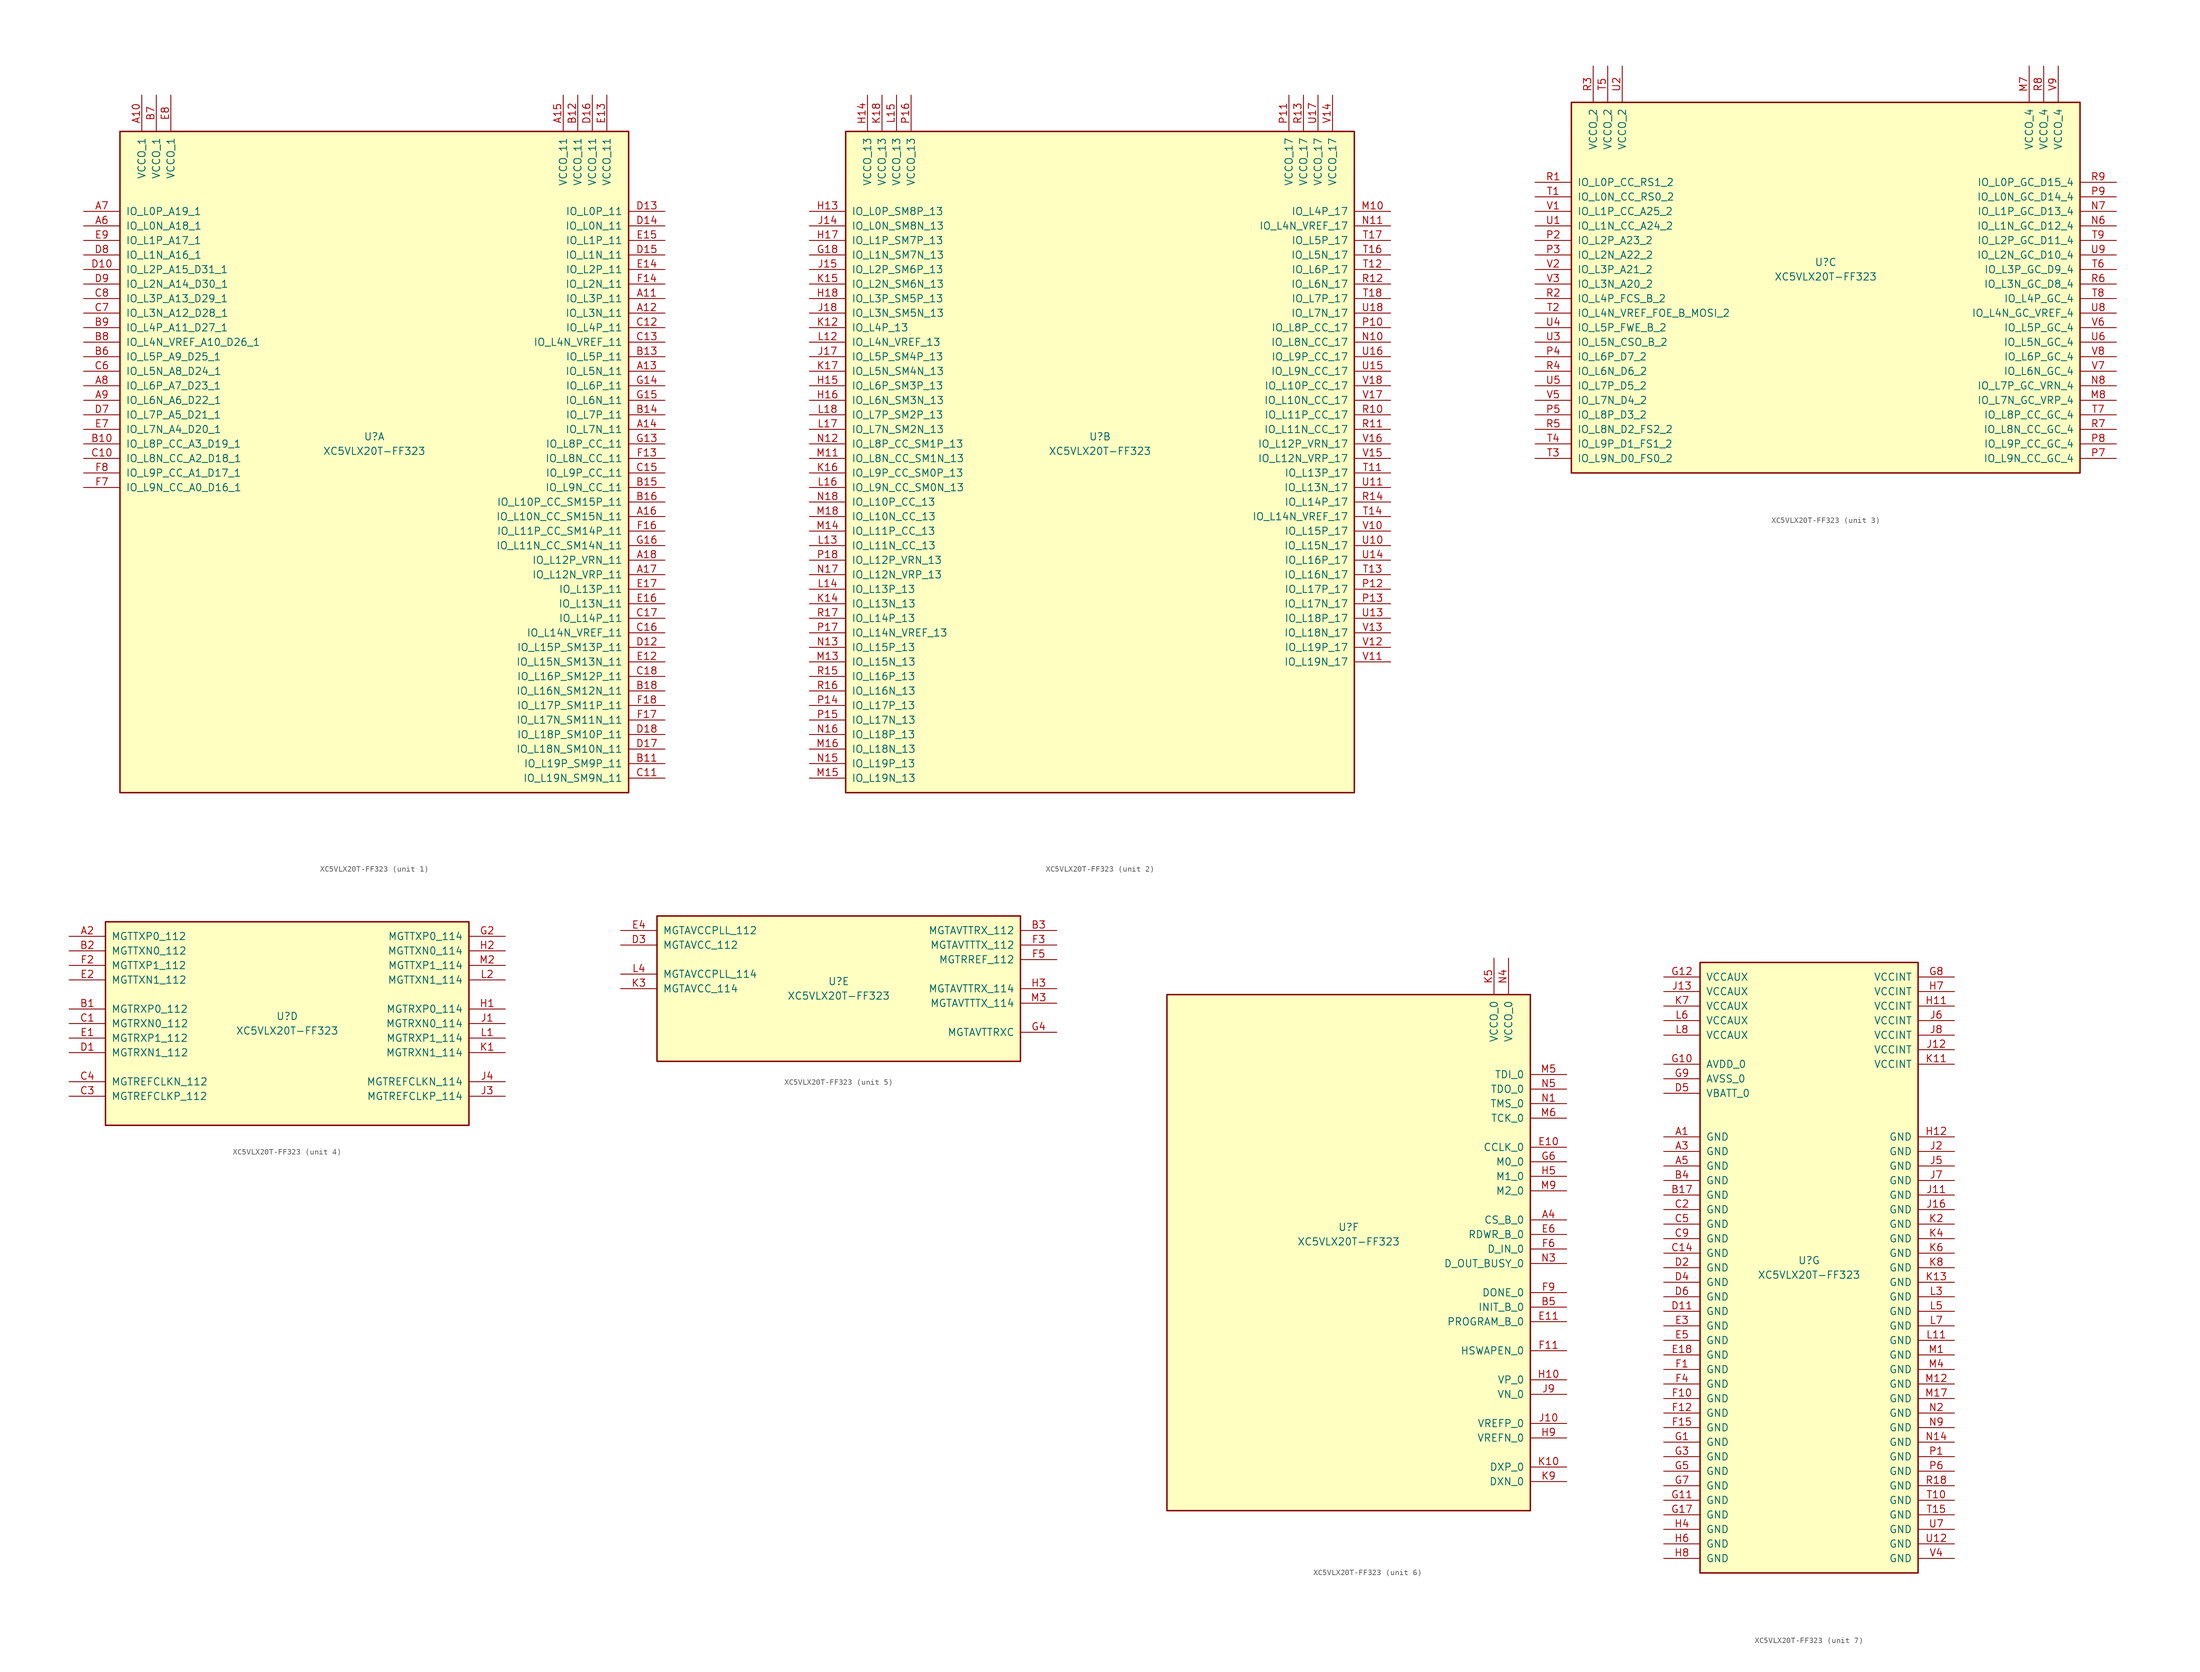
<source format=kicad_sym>
(kicad_symbol_lib
  (version 20211014)
  (generator kicad_symbol_editor)
  (symbol "XC5VLX20T-FF323"
    (pin_names
      (offset 1.016))
    (property "Reference" "U"
      (at 0 1.27 0)
      (effects (font (size 1.27 1.27))))
    (property "Value" "XC5VLX20T-FF323"
      (at 0 -1.27 0)
      (effects (font (size 1.27 1.27))))
    (property "Datasheet" ""
      (at 0 0 0)
      (effects (font (size 1.27 1.27))))
    (property "ki_locked" ""
      (at 0 0 0)
      (effects (font (size 1.27 1.27))))
    (symbol "XC5VLX20T-FF323_1_1"
      (rectangle (start -44.45 54.61) (end 44.45 -60.96) (stroke (width 0.254) (type default) (color 0 0 0 0)) (fill (type background)))
      (pin power_in line (at -40.64 60.96 270) (length 6.35) (name "VCCO_1" (effects (font (size 1.27 1.27)))) (number "A10" (effects (font (size 1.27 1.27)))))
      (pin bidirectional line (at 50.8 25.4 180) (length 6.35) (name "IO_L3P_11" (effects (font (size 1.27 1.27)))) (number "A11" (effects (font (size 1.27 1.27)))))
      (pin bidirectional line (at 50.8 22.86 180) (length 6.35) (name "IO_L3N_11" (effects (font (size 1.27 1.27)))) (number "A12" (effects (font (size 1.27 1.27)))))
      (pin bidirectional line (at 50.8 12.7 180) (length 6.35) (name "IO_L5N_11" (effects (font (size 1.27 1.27)))) (number "A13" (effects (font (size 1.27 1.27)))))
      (pin bidirectional line (at 50.8 2.54 180) (length 6.35) (name "IO_L7N_11" (effects (font (size 1.27 1.27)))) (number "A14" (effects (font (size 1.27 1.27)))))
      (pin power_in line (at 33.02 60.96 270) (length 6.35) (name "VCCO_11" (effects (font (size 1.27 1.27)))) (number "A15" (effects (font (size 1.27 1.27)))))
      (pin bidirectional line (at 50.8 -12.7 180) (length 6.35) (name "IO_L10N_CC_SM15N_11" (effects (font (size 1.27 1.27)))) (number "A16" (effects (font (size 1.27 1.27)))))
      (pin bidirectional line (at 50.8 -22.86 180) (length 6.35) (name "IO_L12N_VRP_11" (effects (font (size 1.27 1.27)))) (number "A17" (effects (font (size 1.27 1.27)))))
      (pin bidirectional line (at 50.8 -20.32 180) (length 6.35) (name "IO_L12P_VRN_11" (effects (font (size 1.27 1.27)))) (number "A18" (effects (font (size 1.27 1.27)))))
      (pin bidirectional line (at -50.8 38.1 0) (length 6.35) (name "IO_L0N_A18_1" (effects (font (size 1.27 1.27)))) (number "A6" (effects (font (size 1.27 1.27)))))
      (pin bidirectional line (at -50.8 40.64 0) (length 6.35) (name "IO_L0P_A19_1" (effects (font (size 1.27 1.27)))) (number "A7" (effects (font (size 1.27 1.27)))))
      (pin bidirectional line (at -50.8 10.16 0) (length 6.35) (name "IO_L6P_A7_D23_1" (effects (font (size 1.27 1.27)))) (number "A8" (effects (font (size 1.27 1.27)))))
      (pin bidirectional line (at -50.8 7.62 0) (length 6.35) (name "IO_L6N_A6_D22_1" (effects (font (size 1.27 1.27)))) (number "A9" (effects (font (size 1.27 1.27)))))
      (pin bidirectional line (at -50.8 0 0) (length 6.35) (name "IO_L8P_CC_A3_D19_1" (effects (font (size 1.27 1.27)))) (number "B10" (effects (font (size 1.27 1.27)))))
      (pin bidirectional line (at 50.8 -55.88 180) (length 6.35) (name "IO_L19P_SM9P_11" (effects (font (size 1.27 1.27)))) (number "B11" (effects (font (size 1.27 1.27)))))
      (pin power_in line (at 35.56 60.96 270) (length 6.35) (name "VCCO_11" (effects (font (size 1.27 1.27)))) (number "B12" (effects (font (size 1.27 1.27)))))
      (pin bidirectional line (at 50.8 15.24 180) (length 6.35) (name "IO_L5P_11" (effects (font (size 1.27 1.27)))) (number "B13" (effects (font (size 1.27 1.27)))))
      (pin bidirectional line (at 50.8 5.08 180) (length 6.35) (name "IO_L7P_11" (effects (font (size 1.27 1.27)))) (number "B14" (effects (font (size 1.27 1.27)))))
      (pin bidirectional line (at 50.8 -7.62 180) (length 6.35) (name "IO_L9N_CC_11" (effects (font (size 1.27 1.27)))) (number "B15" (effects (font (size 1.27 1.27)))))
      (pin bidirectional line (at 50.8 -10.16 180) (length 6.35) (name "IO_L10P_CC_SM15P_11" (effects (font (size 1.27 1.27)))) (number "B16" (effects (font (size 1.27 1.27)))))
      (pin bidirectional line (at 50.8 -43.18 180) (length 6.35) (name "IO_L16N_SM12N_11" (effects (font (size 1.27 1.27)))) (number "B18" (effects (font (size 1.27 1.27)))))
      (pin bidirectional line (at -50.8 15.24 0) (length 6.35) (name "IO_L5P_A9_D25_1" (effects (font (size 1.27 1.27)))) (number "B6" (effects (font (size 1.27 1.27)))))
      (pin power_in line (at -38.1 60.96 270) (length 6.35) (name "VCCO_1" (effects (font (size 1.27 1.27)))) (number "B7" (effects (font (size 1.27 1.27)))))
      (pin bidirectional line (at -50.8 17.78 0) (length 6.35) (name "IO_L4N_VREF_A10_D26_1" (effects (font (size 1.27 1.27)))) (number "B8" (effects (font (size 1.27 1.27)))))
      (pin bidirectional line (at -50.8 20.32 0) (length 6.35) (name "IO_L4P_A11_D27_1" (effects (font (size 1.27 1.27)))) (number "B9" (effects (font (size 1.27 1.27)))))
      (pin bidirectional line (at -50.8 -2.54 0) (length 6.35) (name "IO_L8N_CC_A2_D18_1" (effects (font (size 1.27 1.27)))) (number "C10" (effects (font (size 1.27 1.27)))))
      (pin bidirectional line (at 50.8 -58.42 180) (length 6.35) (name "IO_L19N_SM9N_11" (effects (font (size 1.27 1.27)))) (number "C11" (effects (font (size 1.27 1.27)))))
      (pin bidirectional line (at 50.8 20.32 180) (length 6.35) (name "IO_L4P_11" (effects (font (size 1.27 1.27)))) (number "C12" (effects (font (size 1.27 1.27)))))
      (pin bidirectional line (at 50.8 17.78 180) (length 6.35) (name "IO_L4N_VREF_11" (effects (font (size 1.27 1.27)))) (number "C13" (effects (font (size 1.27 1.27)))))
      (pin bidirectional line (at 50.8 -5.08 180) (length 6.35) (name "IO_L9P_CC_11" (effects (font (size 1.27 1.27)))) (number "C15" (effects (font (size 1.27 1.27)))))
      (pin bidirectional line (at 50.8 -33.02 180) (length 6.35) (name "IO_L14N_VREF_11" (effects (font (size 1.27 1.27)))) (number "C16" (effects (font (size 1.27 1.27)))))
      (pin bidirectional line (at 50.8 -30.48 180) (length 6.35) (name "IO_L14P_11" (effects (font (size 1.27 1.27)))) (number "C17" (effects (font (size 1.27 1.27)))))
      (pin bidirectional line (at 50.8 -40.64 180) (length 6.35) (name "IO_L16P_SM12P_11" (effects (font (size 1.27 1.27)))) (number "C18" (effects (font (size 1.27 1.27)))))
      (pin bidirectional line (at -50.8 12.7 0) (length 6.35) (name "IO_L5N_A8_D24_1" (effects (font (size 1.27 1.27)))) (number "C6" (effects (font (size 1.27 1.27)))))
      (pin bidirectional line (at -50.8 22.86 0) (length 6.35) (name "IO_L3N_A12_D28_1" (effects (font (size 1.27 1.27)))) (number "C7" (effects (font (size 1.27 1.27)))))
      (pin bidirectional line (at -50.8 25.4 0) (length 6.35) (name "IO_L3P_A13_D29_1" (effects (font (size 1.27 1.27)))) (number "C8" (effects (font (size 1.27 1.27)))))
      (pin bidirectional line (at -50.8 30.48 0) (length 6.35) (name "IO_L2P_A15_D31_1" (effects (font (size 1.27 1.27)))) (number "D10" (effects (font (size 1.27 1.27)))))
      (pin bidirectional line (at 50.8 -35.56 180) (length 6.35) (name "IO_L15P_SM13P_11" (effects (font (size 1.27 1.27)))) (number "D12" (effects (font (size 1.27 1.27)))))
      (pin bidirectional line (at 50.8 40.64 180) (length 6.35) (name "IO_L0P_11" (effects (font (size 1.27 1.27)))) (number "D13" (effects (font (size 1.27 1.27)))))
      (pin bidirectional line (at 50.8 38.1 180) (length 6.35) (name "IO_L0N_11" (effects (font (size 1.27 1.27)))) (number "D14" (effects (font (size 1.27 1.27)))))
      (pin bidirectional line (at 50.8 33.02 180) (length 6.35) (name "IO_L1N_11" (effects (font (size 1.27 1.27)))) (number "D15" (effects (font (size 1.27 1.27)))))
      (pin power_in line (at 38.1 60.96 270) (length 6.35) (name "VCCO_11" (effects (font (size 1.27 1.27)))) (number "D16" (effects (font (size 1.27 1.27)))))
      (pin bidirectional line (at 50.8 -53.34 180) (length 6.35) (name "IO_L18N_SM10N_11" (effects (font (size 1.27 1.27)))) (number "D17" (effects (font (size 1.27 1.27)))))
      (pin bidirectional line (at 50.8 -50.8 180) (length 6.35) (name "IO_L18P_SM10P_11" (effects (font (size 1.27 1.27)))) (number "D18" (effects (font (size 1.27 1.27)))))
      (pin bidirectional line (at -50.8 5.08 0) (length 6.35) (name "IO_L7P_A5_D21_1" (effects (font (size 1.27 1.27)))) (number "D7" (effects (font (size 1.27 1.27)))))
      (pin bidirectional line (at -50.8 33.02 0) (length 6.35) (name "IO_L1N_A16_1" (effects (font (size 1.27 1.27)))) (number "D8" (effects (font (size 1.27 1.27)))))
      (pin bidirectional line (at -50.8 27.94 0) (length 6.35) (name "IO_L2N_A14_D30_1" (effects (font (size 1.27 1.27)))) (number "D9" (effects (font (size 1.27 1.27)))))
      (pin bidirectional line (at 50.8 -38.1 180) (length 6.35) (name "IO_L15N_SM13N_11" (effects (font (size 1.27 1.27)))) (number "E12" (effects (font (size 1.27 1.27)))))
      (pin power_in line (at 40.64 60.96 270) (length 6.35) (name "VCCO_11" (effects (font (size 1.27 1.27)))) (number "E13" (effects (font (size 1.27 1.27)))))
      (pin bidirectional line (at 50.8 30.48 180) (length 6.35) (name "IO_L2P_11" (effects (font (size 1.27 1.27)))) (number "E14" (effects (font (size 1.27 1.27)))))
      (pin bidirectional line (at 50.8 35.56 180) (length 6.35) (name "IO_L1P_11" (effects (font (size 1.27 1.27)))) (number "E15" (effects (font (size 1.27 1.27)))))
      (pin bidirectional line (at 50.8 -27.94 180) (length 6.35) (name "IO_L13N_11" (effects (font (size 1.27 1.27)))) (number "E16" (effects (font (size 1.27 1.27)))))
      (pin bidirectional line (at 50.8 -25.4 180) (length 6.35) (name "IO_L13P_11" (effects (font (size 1.27 1.27)))) (number "E17" (effects (font (size 1.27 1.27)))))
      (pin bidirectional line (at -50.8 2.54 0) (length 6.35) (name "IO_L7N_A4_D20_1" (effects (font (size 1.27 1.27)))) (number "E7" (effects (font (size 1.27 1.27)))))
      (pin power_in line (at -35.56 60.96 270) (length 6.35) (name "VCCO_1" (effects (font (size 1.27 1.27)))) (number "E8" (effects (font (size 1.27 1.27)))))
      (pin bidirectional line (at -50.8 35.56 0) (length 6.35) (name "IO_L1P_A17_1" (effects (font (size 1.27 1.27)))) (number "E9" (effects (font (size 1.27 1.27)))))
      (pin bidirectional line (at 50.8 -2.54 180) (length 6.35) (name "IO_L8N_CC_11" (effects (font (size 1.27 1.27)))) (number "F13" (effects (font (size 1.27 1.27)))))
      (pin bidirectional line (at 50.8 27.94 180) (length 6.35) (name "IO_L2N_11" (effects (font (size 1.27 1.27)))) (number "F14" (effects (font (size 1.27 1.27)))))
      (pin bidirectional line (at 50.8 -15.24 180) (length 6.35) (name "IO_L11P_CC_SM14P_11" (effects (font (size 1.27 1.27)))) (number "F16" (effects (font (size 1.27 1.27)))))
      (pin bidirectional line (at 50.8 -48.26 180) (length 6.35) (name "IO_L17N_SM11N_11" (effects (font (size 1.27 1.27)))) (number "F17" (effects (font (size 1.27 1.27)))))
      (pin bidirectional line (at 50.8 -45.72 180) (length 6.35) (name "IO_L17P_SM11P_11" (effects (font (size 1.27 1.27)))) (number "F18" (effects (font (size 1.27 1.27)))))
      (pin bidirectional line (at -50.8 -7.62 0) (length 6.35) (name "IO_L9N_CC_A0_D16_1" (effects (font (size 1.27 1.27)))) (number "F7" (effects (font (size 1.27 1.27)))))
      (pin bidirectional line (at -50.8 -5.08 0) (length 6.35) (name "IO_L9P_CC_A1_D17_1" (effects (font (size 1.27 1.27)))) (number "F8" (effects (font (size 1.27 1.27)))))
      (pin bidirectional line (at 50.8 0 180) (length 6.35) (name "IO_L8P_CC_11" (effects (font (size 1.27 1.27)))) (number "G13" (effects (font (size 1.27 1.27)))))
      (pin bidirectional line (at 50.8 10.16 180) (length 6.35) (name "IO_L6P_11" (effects (font (size 1.27 1.27)))) (number "G14" (effects (font (size 1.27 1.27)))))
      (pin bidirectional line (at 50.8 7.62 180) (length 6.35) (name "IO_L6N_11" (effects (font (size 1.27 1.27)))) (number "G15" (effects (font (size 1.27 1.27)))))
      (pin bidirectional line (at 50.8 -17.78 180) (length 6.35) (name "IO_L11N_CC_SM14N_11" (effects (font (size 1.27 1.27)))) (number "G16" (effects (font (size 1.27 1.27))))))
    (symbol "XC5VLX20T-FF323_2_1"
      (rectangle (start -44.45 54.61) (end 44.45 -60.96) (stroke (width 0.254) (type default) (color 0 0 0 0)) (fill (type background)))
      (pin bidirectional line (at -50.8 33.02 0) (length 6.35) (name "IO_L1N_SM7N_13" (effects (font (size 1.27 1.27)))) (number "G18" (effects (font (size 1.27 1.27)))))
      (pin bidirectional line (at -50.8 40.64 0) (length 6.35) (name "IO_L0P_SM8P_13" (effects (font (size 1.27 1.27)))) (number "H13" (effects (font (size 1.27 1.27)))))
      (pin power_in line (at -40.64 60.96 270) (length 6.35) (name "VCCO_13" (effects (font (size 1.27 1.27)))) (number "H14" (effects (font (size 1.27 1.27)))))
      (pin bidirectional line (at -50.8 10.16 0) (length 6.35) (name "IO_L6P_SM3P_13" (effects (font (size 1.27 1.27)))) (number "H15" (effects (font (size 1.27 1.27)))))
      (pin bidirectional line (at -50.8 7.62 0) (length 6.35) (name "IO_L6N_SM3N_13" (effects (font (size 1.27 1.27)))) (number "H16" (effects (font (size 1.27 1.27)))))
      (pin bidirectional line (at -50.8 35.56 0) (length 6.35) (name "IO_L1P_SM7P_13" (effects (font (size 1.27 1.27)))) (number "H17" (effects (font (size 1.27 1.27)))))
      (pin bidirectional line (at -50.8 25.4 0) (length 6.35) (name "IO_L3P_SM5P_13" (effects (font (size 1.27 1.27)))) (number "H18" (effects (font (size 1.27 1.27)))))
      (pin bidirectional line (at -50.8 38.1 0) (length 6.35) (name "IO_L0N_SM8N_13" (effects (font (size 1.27 1.27)))) (number "J14" (effects (font (size 1.27 1.27)))))
      (pin bidirectional line (at -50.8 30.48 0) (length 6.35) (name "IO_L2P_SM6P_13" (effects (font (size 1.27 1.27)))) (number "J15" (effects (font (size 1.27 1.27)))))
      (pin bidirectional line (at -50.8 15.24 0) (length 6.35) (name "IO_L5P_SM4P_13" (effects (font (size 1.27 1.27)))) (number "J17" (effects (font (size 1.27 1.27)))))
      (pin bidirectional line (at -50.8 22.86 0) (length 6.35) (name "IO_L3N_SM5N_13" (effects (font (size 1.27 1.27)))) (number "J18" (effects (font (size 1.27 1.27)))))
      (pin bidirectional line (at -50.8 20.32 0) (length 6.35) (name "IO_L4P_13" (effects (font (size 1.27 1.27)))) (number "K12" (effects (font (size 1.27 1.27)))))
      (pin bidirectional line (at -50.8 -27.94 0) (length 6.35) (name "IO_L13N_13" (effects (font (size 1.27 1.27)))) (number "K14" (effects (font (size 1.27 1.27)))))
      (pin bidirectional line (at -50.8 27.94 0) (length 6.35) (name "IO_L2N_SM6N_13" (effects (font (size 1.27 1.27)))) (number "K15" (effects (font (size 1.27 1.27)))))
      (pin bidirectional line (at -50.8 -5.08 0) (length 6.35) (name "IO_L9P_CC_SM0P_13" (effects (font (size 1.27 1.27)))) (number "K16" (effects (font (size 1.27 1.27)))))
      (pin bidirectional line (at -50.8 12.7 0) (length 6.35) (name "IO_L5N_SM4N_13" (effects (font (size 1.27 1.27)))) (number "K17" (effects (font (size 1.27 1.27)))))
      (pin power_in line (at -38.1 60.96 270) (length 6.35) (name "VCCO_13" (effects (font (size 1.27 1.27)))) (number "K18" (effects (font (size 1.27 1.27)))))
      (pin bidirectional line (at -50.8 17.78 0) (length 6.35) (name "IO_L4N_VREF_13" (effects (font (size 1.27 1.27)))) (number "L12" (effects (font (size 1.27 1.27)))))
      (pin bidirectional line (at -50.8 -17.78 0) (length 6.35) (name "IO_L11N_CC_13" (effects (font (size 1.27 1.27)))) (number "L13" (effects (font (size 1.27 1.27)))))
      (pin bidirectional line (at -50.8 -25.4 0) (length 6.35) (name "IO_L13P_13" (effects (font (size 1.27 1.27)))) (number "L14" (effects (font (size 1.27 1.27)))))
      (pin power_in line (at -35.56 60.96 270) (length 6.35) (name "VCCO_13" (effects (font (size 1.27 1.27)))) (number "L15" (effects (font (size 1.27 1.27)))))
      (pin bidirectional line (at -50.8 -7.62 0) (length 6.35) (name "IO_L9N_CC_SM0N_13" (effects (font (size 1.27 1.27)))) (number "L16" (effects (font (size 1.27 1.27)))))
      (pin bidirectional line (at -50.8 2.54 0) (length 6.35) (name "IO_L7N_SM2N_13" (effects (font (size 1.27 1.27)))) (number "L17" (effects (font (size 1.27 1.27)))))
      (pin bidirectional line (at -50.8 5.08 0) (length 6.35) (name "IO_L7P_SM2P_13" (effects (font (size 1.27 1.27)))) (number "L18" (effects (font (size 1.27 1.27)))))
      (pin bidirectional line (at 50.8 40.64 180) (length 6.35) (name "IO_L4P_17" (effects (font (size 1.27 1.27)))) (number "M10" (effects (font (size 1.27 1.27)))))
      (pin bidirectional line (at -50.8 -2.54 0) (length 6.35) (name "IO_L8N_CC_SM1N_13" (effects (font (size 1.27 1.27)))) (number "M11" (effects (font (size 1.27 1.27)))))
      (pin bidirectional line (at -50.8 -38.1 0) (length 6.35) (name "IO_L15N_13" (effects (font (size 1.27 1.27)))) (number "M13" (effects (font (size 1.27 1.27)))))
      (pin bidirectional line (at -50.8 -15.24 0) (length 6.35) (name "IO_L11P_CC_13" (effects (font (size 1.27 1.27)))) (number "M14" (effects (font (size 1.27 1.27)))))
      (pin bidirectional line (at -50.8 -58.42 0) (length 6.35) (name "IO_L19N_13" (effects (font (size 1.27 1.27)))) (number "M15" (effects (font (size 1.27 1.27)))))
      (pin bidirectional line (at -50.8 -53.34 0) (length 6.35) (name "IO_L18N_13" (effects (font (size 1.27 1.27)))) (number "M16" (effects (font (size 1.27 1.27)))))
      (pin bidirectional line (at -50.8 -12.7 0) (length 6.35) (name "IO_L10N_CC_13" (effects (font (size 1.27 1.27)))) (number "M18" (effects (font (size 1.27 1.27)))))
      (pin bidirectional line (at 50.8 17.78 180) (length 6.35) (name "IO_L8N_CC_17" (effects (font (size 1.27 1.27)))) (number "N10" (effects (font (size 1.27 1.27)))))
      (pin bidirectional line (at 50.8 38.1 180) (length 6.35) (name "IO_L4N_VREF_17" (effects (font (size 1.27 1.27)))) (number "N11" (effects (font (size 1.27 1.27)))))
      (pin bidirectional line (at -50.8 0 0) (length 6.35) (name "IO_L8P_CC_SM1P_13" (effects (font (size 1.27 1.27)))) (number "N12" (effects (font (size 1.27 1.27)))))
      (pin bidirectional line (at -50.8 -35.56 0) (length 6.35) (name "IO_L15P_13" (effects (font (size 1.27 1.27)))) (number "N13" (effects (font (size 1.27 1.27)))))
      (pin bidirectional line (at -50.8 -55.88 0) (length 6.35) (name "IO_L19P_13" (effects (font (size 1.27 1.27)))) (number "N15" (effects (font (size 1.27 1.27)))))
      (pin bidirectional line (at -50.8 -50.8 0) (length 6.35) (name "IO_L18P_13" (effects (font (size 1.27 1.27)))) (number "N16" (effects (font (size 1.27 1.27)))))
      (pin bidirectional line (at -50.8 -22.86 0) (length 6.35) (name "IO_L12N_VRP_13" (effects (font (size 1.27 1.27)))) (number "N17" (effects (font (size 1.27 1.27)))))
      (pin bidirectional line (at -50.8 -10.16 0) (length 6.35) (name "IO_L10P_CC_13" (effects (font (size 1.27 1.27)))) (number "N18" (effects (font (size 1.27 1.27)))))
      (pin bidirectional line (at 50.8 20.32 180) (length 6.35) (name "IO_L8P_CC_17" (effects (font (size 1.27 1.27)))) (number "P10" (effects (font (size 1.27 1.27)))))
      (pin power_in line (at 33.02 60.96 270) (length 6.35) (name "VCCO_17" (effects (font (size 1.27 1.27)))) (number "P11" (effects (font (size 1.27 1.27)))))
      (pin bidirectional line (at 50.8 -25.4 180) (length 6.35) (name "IO_L17P_17" (effects (font (size 1.27 1.27)))) (number "P12" (effects (font (size 1.27 1.27)))))
      (pin bidirectional line (at 50.8 -27.94 180) (length 6.35) (name "IO_L17N_17" (effects (font (size 1.27 1.27)))) (number "P13" (effects (font (size 1.27 1.27)))))
      (pin bidirectional line (at -50.8 -45.72 0) (length 6.35) (name "IO_L17P_13" (effects (font (size 1.27 1.27)))) (number "P14" (effects (font (size 1.27 1.27)))))
      (pin bidirectional line (at -50.8 -48.26 0) (length 6.35) (name "IO_L17N_13" (effects (font (size 1.27 1.27)))) (number "P15" (effects (font (size 1.27 1.27)))))
      (pin power_in line (at -33.02 60.96 270) (length 6.35) (name "VCCO_13" (effects (font (size 1.27 1.27)))) (number "P16" (effects (font (size 1.27 1.27)))))
      (pin bidirectional line (at -50.8 -33.02 0) (length 6.35) (name "IO_L14N_VREF_13" (effects (font (size 1.27 1.27)))) (number "P17" (effects (font (size 1.27 1.27)))))
      (pin bidirectional line (at -50.8 -20.32 0) (length 6.35) (name "IO_L12P_VRN_13" (effects (font (size 1.27 1.27)))) (number "P18" (effects (font (size 1.27 1.27)))))
      (pin bidirectional line (at 50.8 5.08 180) (length 6.35) (name "IO_L11P_CC_17" (effects (font (size 1.27 1.27)))) (number "R10" (effects (font (size 1.27 1.27)))))
      (pin bidirectional line (at 50.8 2.54 180) (length 6.35) (name "IO_L11N_CC_17" (effects (font (size 1.27 1.27)))) (number "R11" (effects (font (size 1.27 1.27)))))
      (pin bidirectional line (at 50.8 27.94 180) (length 6.35) (name "IO_L6N_17" (effects (font (size 1.27 1.27)))) (number "R12" (effects (font (size 1.27 1.27)))))
      (pin power_in line (at 35.56 60.96 270) (length 6.35) (name "VCCO_17" (effects (font (size 1.27 1.27)))) (number "R13" (effects (font (size 1.27 1.27)))))
      (pin bidirectional line (at 50.8 -10.16 180) (length 6.35) (name "IO_L14P_17" (effects (font (size 1.27 1.27)))) (number "R14" (effects (font (size 1.27 1.27)))))
      (pin bidirectional line (at -50.8 -40.64 0) (length 6.35) (name "IO_L16P_13" (effects (font (size 1.27 1.27)))) (number "R15" (effects (font (size 1.27 1.27)))))
      (pin bidirectional line (at -50.8 -43.18 0) (length 6.35) (name "IO_L16N_13" (effects (font (size 1.27 1.27)))) (number "R16" (effects (font (size 1.27 1.27)))))
      (pin bidirectional line (at -50.8 -30.48 0) (length 6.35) (name "IO_L14P_13" (effects (font (size 1.27 1.27)))) (number "R17" (effects (font (size 1.27 1.27)))))
      (pin bidirectional line (at 50.8 -5.08 180) (length 6.35) (name "IO_L13P_17" (effects (font (size 1.27 1.27)))) (number "T11" (effects (font (size 1.27 1.27)))))
      (pin bidirectional line (at 50.8 30.48 180) (length 6.35) (name "IO_L6P_17" (effects (font (size 1.27 1.27)))) (number "T12" (effects (font (size 1.27 1.27)))))
      (pin bidirectional line (at 50.8 -22.86 180) (length 6.35) (name "IO_L16N_17" (effects (font (size 1.27 1.27)))) (number "T13" (effects (font (size 1.27 1.27)))))
      (pin bidirectional line (at 50.8 -12.7 180) (length 6.35) (name "IO_L14N_VREF_17" (effects (font (size 1.27 1.27)))) (number "T14" (effects (font (size 1.27 1.27)))))
      (pin bidirectional line (at 50.8 33.02 180) (length 6.35) (name "IO_L5N_17" (effects (font (size 1.27 1.27)))) (number "T16" (effects (font (size 1.27 1.27)))))
      (pin bidirectional line (at 50.8 35.56 180) (length 6.35) (name "IO_L5P_17" (effects (font (size 1.27 1.27)))) (number "T17" (effects (font (size 1.27 1.27)))))
      (pin bidirectional line (at 50.8 25.4 180) (length 6.35) (name "IO_L7P_17" (effects (font (size 1.27 1.27)))) (number "T18" (effects (font (size 1.27 1.27)))))
      (pin bidirectional line (at 50.8 -17.78 180) (length 6.35) (name "IO_L15N_17" (effects (font (size 1.27 1.27)))) (number "U10" (effects (font (size 1.27 1.27)))))
      (pin bidirectional line (at 50.8 -7.62 180) (length 6.35) (name "IO_L13N_17" (effects (font (size 1.27 1.27)))) (number "U11" (effects (font (size 1.27 1.27)))))
      (pin bidirectional line (at 50.8 -30.48 180) (length 6.35) (name "IO_L18P_17" (effects (font (size 1.27 1.27)))) (number "U13" (effects (font (size 1.27 1.27)))))
      (pin bidirectional line (at 50.8 -20.32 180) (length 6.35) (name "IO_L16P_17" (effects (font (size 1.27 1.27)))) (number "U14" (effects (font (size 1.27 1.27)))))
      (pin bidirectional line (at 50.8 12.7 180) (length 6.35) (name "IO_L9N_CC_17" (effects (font (size 1.27 1.27)))) (number "U15" (effects (font (size 1.27 1.27)))))
      (pin bidirectional line (at 50.8 15.24 180) (length 6.35) (name "IO_L9P_CC_17" (effects (font (size 1.27 1.27)))) (number "U16" (effects (font (size 1.27 1.27)))))
      (pin power_in line (at 38.1 60.96 270) (length 6.35) (name "VCCO_17" (effects (font (size 1.27 1.27)))) (number "U17" (effects (font (size 1.27 1.27)))))
      (pin bidirectional line (at 50.8 22.86 180) (length 6.35) (name "IO_L7N_17" (effects (font (size 1.27 1.27)))) (number "U18" (effects (font (size 1.27 1.27)))))
      (pin bidirectional line (at 50.8 -15.24 180) (length 6.35) (name "IO_L15P_17" (effects (font (size 1.27 1.27)))) (number "V10" (effects (font (size 1.27 1.27)))))
      (pin bidirectional line (at 50.8 -38.1 180) (length 6.35) (name "IO_L19N_17" (effects (font (size 1.27 1.27)))) (number "V11" (effects (font (size 1.27 1.27)))))
      (pin bidirectional line (at 50.8 -35.56 180) (length 6.35) (name "IO_L19P_17" (effects (font (size 1.27 1.27)))) (number "V12" (effects (font (size 1.27 1.27)))))
      (pin bidirectional line (at 50.8 -33.02 180) (length 6.35) (name "IO_L18N_17" (effects (font (size 1.27 1.27)))) (number "V13" (effects (font (size 1.27 1.27)))))
      (pin power_in line (at 40.64 60.96 270) (length 6.35) (name "VCCO_17" (effects (font (size 1.27 1.27)))) (number "V14" (effects (font (size 1.27 1.27)))))
      (pin bidirectional line (at 50.8 -2.54 180) (length 6.35) (name "IO_L12N_VRP_17" (effects (font (size 1.27 1.27)))) (number "V15" (effects (font (size 1.27 1.27)))))
      (pin bidirectional line (at 50.8 0 180) (length 6.35) (name "IO_L12P_VRN_17" (effects (font (size 1.27 1.27)))) (number "V16" (effects (font (size 1.27 1.27)))))
      (pin bidirectional line (at 50.8 7.62 180) (length 6.35) (name "IO_L10N_CC_17" (effects (font (size 1.27 1.27)))) (number "V17" (effects (font (size 1.27 1.27)))))
      (pin bidirectional line (at 50.8 10.16 180) (length 6.35) (name "IO_L10P_CC_17" (effects (font (size 1.27 1.27)))) (number "V18" (effects (font (size 1.27 1.27))))))
    (symbol "XC5VLX20T-FF323_3_1"
      (rectangle (start -44.45 29.21) (end 44.45 -35.56) (stroke (width 0.254) (type default) (color 0 0 0 0)) (fill (type background)))
      (pin power_in line (at 35.56 35.56 270) (length 6.35) (name "VCCO_4" (effects (font (size 1.27 1.27)))) (number "M7" (effects (font (size 1.27 1.27)))))
      (pin bidirectional line (at 50.8 -22.86 180) (length 6.35) (name "IO_L7N_GC_VRP_4" (effects (font (size 1.27 1.27)))) (number "M8" (effects (font (size 1.27 1.27)))))
      (pin bidirectional line (at 50.8 7.62 180) (length 6.35) (name "IO_L1N_GC_D12_4" (effects (font (size 1.27 1.27)))) (number "N6" (effects (font (size 1.27 1.27)))))
      (pin bidirectional line (at 50.8 10.16 180) (length 6.35) (name "IO_L1P_GC_D13_4" (effects (font (size 1.27 1.27)))) (number "N7" (effects (font (size 1.27 1.27)))))
      (pin bidirectional line (at 50.8 -20.32 180) (length 6.35) (name "IO_L7P_GC_VRN_4" (effects (font (size 1.27 1.27)))) (number "N8" (effects (font (size 1.27 1.27)))))
      (pin bidirectional line (at -50.8 5.08 0) (length 6.35) (name "IO_L2P_A23_2" (effects (font (size 1.27 1.27)))) (number "P2" (effects (font (size 1.27 1.27)))))
      (pin bidirectional line (at -50.8 2.54 0) (length 6.35) (name "IO_L2N_A22_2" (effects (font (size 1.27 1.27)))) (number "P3" (effects (font (size 1.27 1.27)))))
      (pin bidirectional line (at -50.8 -15.24 0) (length 6.35) (name "IO_L6P_D7_2" (effects (font (size 1.27 1.27)))) (number "P4" (effects (font (size 1.27 1.27)))))
      (pin bidirectional line (at -50.8 -25.4 0) (length 6.35) (name "IO_L8P_D3_2" (effects (font (size 1.27 1.27)))) (number "P5" (effects (font (size 1.27 1.27)))))
      (pin bidirectional line (at 50.8 -33.02 180) (length 6.35) (name "IO_L9N_CC_GC_4" (effects (font (size 1.27 1.27)))) (number "P7" (effects (font (size 1.27 1.27)))))
      (pin bidirectional line (at 50.8 -30.48 180) (length 6.35) (name "IO_L9P_CC_GC_4" (effects (font (size 1.27 1.27)))) (number "P8" (effects (font (size 1.27 1.27)))))
      (pin bidirectional line (at 50.8 12.7 180) (length 6.35) (name "IO_L0N_GC_D14_4" (effects (font (size 1.27 1.27)))) (number "P9" (effects (font (size 1.27 1.27)))))
      (pin bidirectional line (at -50.8 15.24 0) (length 6.35) (name "IO_L0P_CC_RS1_2" (effects (font (size 1.27 1.27)))) (number "R1" (effects (font (size 1.27 1.27)))))
      (pin bidirectional line (at -50.8 -5.08 0) (length 6.35) (name "IO_L4P_FCS_B_2" (effects (font (size 1.27 1.27)))) (number "R2" (effects (font (size 1.27 1.27)))))
      (pin power_in line (at -40.64 35.56 270) (length 6.35) (name "VCCO_2" (effects (font (size 1.27 1.27)))) (number "R3" (effects (font (size 1.27 1.27)))))
      (pin bidirectional line (at -50.8 -17.78 0) (length 6.35) (name "IO_L6N_D6_2" (effects (font (size 1.27 1.27)))) (number "R4" (effects (font (size 1.27 1.27)))))
      (pin bidirectional line (at -50.8 -27.94 0) (length 6.35) (name "IO_L8N_D2_FS2_2" (effects (font (size 1.27 1.27)))) (number "R5" (effects (font (size 1.27 1.27)))))
      (pin bidirectional line (at 50.8 -2.54 180) (length 6.35) (name "IO_L3N_GC_D8_4" (effects (font (size 1.27 1.27)))) (number "R6" (effects (font (size 1.27 1.27)))))
      (pin bidirectional line (at 50.8 -27.94 180) (length 6.35) (name "IO_L8N_CC_GC_4" (effects (font (size 1.27 1.27)))) (number "R7" (effects (font (size 1.27 1.27)))))
      (pin power_in line (at 38.1 35.56 270) (length 6.35) (name "VCCO_4" (effects (font (size 1.27 1.27)))) (number "R8" (effects (font (size 1.27 1.27)))))
      (pin bidirectional line (at 50.8 15.24 180) (length 6.35) (name "IO_L0P_GC_D15_4" (effects (font (size 1.27 1.27)))) (number "R9" (effects (font (size 1.27 1.27)))))
      (pin bidirectional line (at -50.8 12.7 0) (length 6.35) (name "IO_L0N_CC_RS0_2" (effects (font (size 1.27 1.27)))) (number "T1" (effects (font (size 1.27 1.27)))))
      (pin bidirectional line (at -50.8 -7.62 0) (length 6.35) (name "IO_L4N_VREF_FOE_B_MOSI_2" (effects (font (size 1.27 1.27)))) (number "T2" (effects (font (size 1.27 1.27)))))
      (pin bidirectional line (at -50.8 -33.02 0) (length 6.35) (name "IO_L9N_D0_FS0_2" (effects (font (size 1.27 1.27)))) (number "T3" (effects (font (size 1.27 1.27)))))
      (pin bidirectional line (at -50.8 -30.48 0) (length 6.35) (name "IO_L9P_D1_FS1_2" (effects (font (size 1.27 1.27)))) (number "T4" (effects (font (size 1.27 1.27)))))
      (pin power_in line (at -38.1 35.56 270) (length 6.35) (name "VCCO_2" (effects (font (size 1.27 1.27)))) (number "T5" (effects (font (size 1.27 1.27)))))
      (pin bidirectional line (at 50.8 0 180) (length 6.35) (name "IO_L3P_GC_D9_4" (effects (font (size 1.27 1.27)))) (number "T6" (effects (font (size 1.27 1.27)))))
      (pin bidirectional line (at 50.8 -25.4 180) (length 6.35) (name "IO_L8P_CC_GC_4" (effects (font (size 1.27 1.27)))) (number "T7" (effects (font (size 1.27 1.27)))))
      (pin bidirectional line (at 50.8 -5.08 180) (length 6.35) (name "IO_L4P_GC_4" (effects (font (size 1.27 1.27)))) (number "T8" (effects (font (size 1.27 1.27)))))
      (pin bidirectional line (at 50.8 5.08 180) (length 6.35) (name "IO_L2P_GC_D11_4" (effects (font (size 1.27 1.27)))) (number "T9" (effects (font (size 1.27 1.27)))))
      (pin bidirectional line (at -50.8 7.62 0) (length 6.35) (name "IO_L1N_CC_A24_2" (effects (font (size 1.27 1.27)))) (number "U1" (effects (font (size 1.27 1.27)))))
      (pin power_in line (at -35.56 35.56 270) (length 6.35) (name "VCCO_2" (effects (font (size 1.27 1.27)))) (number "U2" (effects (font (size 1.27 1.27)))))
      (pin bidirectional line (at -50.8 -12.7 0) (length 6.35) (name "IO_L5N_CSO_B_2" (effects (font (size 1.27 1.27)))) (number "U3" (effects (font (size 1.27 1.27)))))
      (pin bidirectional line (at -50.8 -10.16 0) (length 6.35) (name "IO_L5P_FWE_B_2" (effects (font (size 1.27 1.27)))) (number "U4" (effects (font (size 1.27 1.27)))))
      (pin bidirectional line (at -50.8 -20.32 0) (length 6.35) (name "IO_L7P_D5_2" (effects (font (size 1.27 1.27)))) (number "U5" (effects (font (size 1.27 1.27)))))
      (pin bidirectional line (at 50.8 -12.7 180) (length 6.35) (name "IO_L5N_GC_4" (effects (font (size 1.27 1.27)))) (number "U6" (effects (font (size 1.27 1.27)))))
      (pin bidirectional line (at 50.8 -7.62 180) (length 6.35) (name "IO_L4N_GC_VREF_4" (effects (font (size 1.27 1.27)))) (number "U8" (effects (font (size 1.27 1.27)))))
      (pin bidirectional line (at 50.8 2.54 180) (length 6.35) (name "IO_L2N_GC_D10_4" (effects (font (size 1.27 1.27)))) (number "U9" (effects (font (size 1.27 1.27)))))
      (pin bidirectional line (at -50.8 10.16 0) (length 6.35) (name "IO_L1P_CC_A25_2" (effects (font (size 1.27 1.27)))) (number "V1" (effects (font (size 1.27 1.27)))))
      (pin bidirectional line (at -50.8 0 0) (length 6.35) (name "IO_L3P_A21_2" (effects (font (size 1.27 1.27)))) (number "V2" (effects (font (size 1.27 1.27)))))
      (pin bidirectional line (at -50.8 -2.54 0) (length 6.35) (name "IO_L3N_A20_2" (effects (font (size 1.27 1.27)))) (number "V3" (effects (font (size 1.27 1.27)))))
      (pin bidirectional line (at -50.8 -22.86 0) (length 6.35) (name "IO_L7N_D4_2" (effects (font (size 1.27 1.27)))) (number "V5" (effects (font (size 1.27 1.27)))))
      (pin bidirectional line (at 50.8 -10.16 180) (length 6.35) (name "IO_L5P_GC_4" (effects (font (size 1.27 1.27)))) (number "V6" (effects (font (size 1.27 1.27)))))
      (pin bidirectional line (at 50.8 -17.78 180) (length 6.35) (name "IO_L6N_GC_4" (effects (font (size 1.27 1.27)))) (number "V7" (effects (font (size 1.27 1.27)))))
      (pin bidirectional line (at 50.8 -15.24 180) (length 6.35) (name "IO_L6P_GC_4" (effects (font (size 1.27 1.27)))) (number "V8" (effects (font (size 1.27 1.27)))))
      (pin power_in line (at 40.64 35.56 270) (length 6.35) (name "VCCO_4" (effects (font (size 1.27 1.27)))) (number "V9" (effects (font (size 1.27 1.27))))))
    (symbol "XC5VLX20T-FF323_4_1"
      (rectangle (start -31.75 17.78) (end 31.75 -17.78) (stroke (width 0.254) (type default) (color 0 0 0 0)) (fill (type background)))
      (pin bidirectional line (at -38.1 15.24 0) (length 6.35) (name "MGTTXP0_112" (effects (font (size 1.27 1.27)))) (number "A2" (effects (font (size 1.27 1.27)))))
      (pin bidirectional line (at -38.1 2.54 0) (length 6.35) (name "MGTRXP0_112" (effects (font (size 1.27 1.27)))) (number "B1" (effects (font (size 1.27 1.27)))))
      (pin bidirectional line (at -38.1 12.7 0) (length 6.35) (name "MGTTXN0_112" (effects (font (size 1.27 1.27)))) (number "B2" (effects (font (size 1.27 1.27)))))
      (pin bidirectional line (at -38.1 0 0) (length 6.35) (name "MGTRXN0_112" (effects (font (size 1.27 1.27)))) (number "C1" (effects (font (size 1.27 1.27)))))
      (pin bidirectional line (at -38.1 -12.7 0) (length 6.35) (name "MGTREFCLKP_112" (effects (font (size 1.27 1.27)))) (number "C3" (effects (font (size 1.27 1.27)))))
      (pin bidirectional line (at -38.1 -10.16 0) (length 6.35) (name "MGTREFCLKN_112" (effects (font (size 1.27 1.27)))) (number "C4" (effects (font (size 1.27 1.27)))))
      (pin bidirectional line (at -38.1 -5.08 0) (length 6.35) (name "MGTRXN1_112" (effects (font (size 1.27 1.27)))) (number "D1" (effects (font (size 1.27 1.27)))))
      (pin bidirectional line (at -38.1 -2.54 0) (length 6.35) (name "MGTRXP1_112" (effects (font (size 1.27 1.27)))) (number "E1" (effects (font (size 1.27 1.27)))))
      (pin bidirectional line (at -38.1 7.62 0) (length 6.35) (name "MGTTXN1_112" (effects (font (size 1.27 1.27)))) (number "E2" (effects (font (size 1.27 1.27)))))
      (pin bidirectional line (at -38.1 10.16 0) (length 6.35) (name "MGTTXP1_112" (effects (font (size 1.27 1.27)))) (number "F2" (effects (font (size 1.27 1.27)))))
      (pin bidirectional line (at 38.1 15.24 180) (length 6.35) (name "MGTTXP0_114" (effects (font (size 1.27 1.27)))) (number "G2" (effects (font (size 1.27 1.27)))))
      (pin bidirectional line (at 38.1 2.54 180) (length 6.35) (name "MGTRXP0_114" (effects (font (size 1.27 1.27)))) (number "H1" (effects (font (size 1.27 1.27)))))
      (pin bidirectional line (at 38.1 12.7 180) (length 6.35) (name "MGTTXN0_114" (effects (font (size 1.27 1.27)))) (number "H2" (effects (font (size 1.27 1.27)))))
      (pin bidirectional line (at 38.1 0 180) (length 6.35) (name "MGTRXN0_114" (effects (font (size 1.27 1.27)))) (number "J1" (effects (font (size 1.27 1.27)))))
      (pin bidirectional line (at 38.1 -12.7 180) (length 6.35) (name "MGTREFCLKP_114" (effects (font (size 1.27 1.27)))) (number "J3" (effects (font (size 1.27 1.27)))))
      (pin bidirectional line (at 38.1 -10.16 180) (length 6.35) (name "MGTREFCLKN_114" (effects (font (size 1.27 1.27)))) (number "J4" (effects (font (size 1.27 1.27)))))
      (pin bidirectional line (at 38.1 -5.08 180) (length 6.35) (name "MGTRXN1_114" (effects (font (size 1.27 1.27)))) (number "K1" (effects (font (size 1.27 1.27)))))
      (pin bidirectional line (at 38.1 -2.54 180) (length 6.35) (name "MGTRXP1_114" (effects (font (size 1.27 1.27)))) (number "L1" (effects (font (size 1.27 1.27)))))
      (pin bidirectional line (at 38.1 7.62 180) (length 6.35) (name "MGTTXN1_114" (effects (font (size 1.27 1.27)))) (number "L2" (effects (font (size 1.27 1.27)))))
      (pin bidirectional line (at 38.1 10.16 180) (length 6.35) (name "MGTTXP1_114" (effects (font (size 1.27 1.27)))) (number "M2" (effects (font (size 1.27 1.27))))))
    (symbol "XC5VLX20T-FF323_5_1"
      (rectangle (start -31.75 12.7) (end 31.75 -12.7) (stroke (width 0.254) (type default) (color 0 0 0 0)) (fill (type background)))
      (pin power_in line (at 38.1 10.16 180) (length 6.35) (name "MGTAVTTRX_112" (effects (font (size 1.27 1.27)))) (number "B3" (effects (font (size 1.27 1.27)))))
      (pin power_in line (at -38.1 7.62 0) (length 6.35) (name "MGTAVCC_112" (effects (font (size 1.27 1.27)))) (number "D3" (effects (font (size 1.27 1.27)))))
      (pin power_in line (at -38.1 10.16 0) (length 6.35) (name "MGTAVCCPLL_112" (effects (font (size 1.27 1.27)))) (number "E4" (effects (font (size 1.27 1.27)))))
      (pin power_in line (at 38.1 7.62 180) (length 6.35) (name "MGTAVTTTX_112" (effects (font (size 1.27 1.27)))) (number "F3" (effects (font (size 1.27 1.27)))))
      (pin power_in line (at 38.1 5.08 180) (length 6.35) (name "MGTRREF_112" (effects (font (size 1.27 1.27)))) (number "F5" (effects (font (size 1.27 1.27)))))
      (pin power_in line (at 38.1 -7.62 180) (length 6.35) (name "MGTAVTTRXC" (effects (font (size 1.27 1.27)))) (number "G4" (effects (font (size 1.27 1.27)))))
      (pin power_in line (at 38.1 0 180) (length 6.35) (name "MGTAVTTRX_114" (effects (font (size 1.27 1.27)))) (number "H3" (effects (font (size 1.27 1.27)))))
      (pin power_in line (at -38.1 0 0) (length 6.35) (name "MGTAVCC_114" (effects (font (size 1.27 1.27)))) (number "K3" (effects (font (size 1.27 1.27)))))
      (pin power_in line (at -38.1 2.54 0) (length 6.35) (name "MGTAVCCPLL_114" (effects (font (size 1.27 1.27)))) (number "L4" (effects (font (size 1.27 1.27)))))
      (pin power_in line (at 38.1 -2.54 180) (length 6.35) (name "MGTAVTTTX_114" (effects (font (size 1.27 1.27)))) (number "M3" (effects (font (size 1.27 1.27))))))
    (symbol "XC5VLX20T-FF323_6_1"
      (rectangle (start -31.75 41.91) (end 31.75 -48.26) (stroke (width 0.254) (type default) (color 0 0 0 0)) (fill (type background)))
      (pin bidirectional line (at 38.1 2.54 180) (length 6.35) (name "CS_B_0" (effects (font (size 1.27 1.27)))) (number "A4" (effects (font (size 1.27 1.27)))))
      (pin bidirectional line (at 38.1 -12.7 180) (length 6.35) (name "INIT_B_0" (effects (font (size 1.27 1.27)))) (number "B5" (effects (font (size 1.27 1.27)))))
      (pin bidirectional line (at 38.1 15.24 180) (length 6.35) (name "CCLK_0" (effects (font (size 1.27 1.27)))) (number "E10" (effects (font (size 1.27 1.27)))))
      (pin bidirectional line (at 38.1 -15.24 180) (length 6.35) (name "PROGRAM_B_0" (effects (font (size 1.27 1.27)))) (number "E11" (effects (font (size 1.27 1.27)))))
      (pin bidirectional line (at 38.1 0 180) (length 6.35) (name "RDWR_B_0" (effects (font (size 1.27 1.27)))) (number "E6" (effects (font (size 1.27 1.27)))))
      (pin bidirectional line (at 38.1 -20.32 180) (length 6.35) (name "HSWAPEN_0" (effects (font (size 1.27 1.27)))) (number "F11" (effects (font (size 1.27 1.27)))))
      (pin bidirectional line (at 38.1 -2.54 180) (length 6.35) (name "D_IN_0" (effects (font (size 1.27 1.27)))) (number "F6" (effects (font (size 1.27 1.27)))))
      (pin bidirectional line (at 38.1 -10.16 180) (length 6.35) (name "DONE_0" (effects (font (size 1.27 1.27)))) (number "F9" (effects (font (size 1.27 1.27)))))
      (pin bidirectional line (at 38.1 12.7 180) (length 6.35) (name "M0_0" (effects (font (size 1.27 1.27)))) (number "G6" (effects (font (size 1.27 1.27)))))
      (pin bidirectional line (at 38.1 -25.4 180) (length 6.35) (name "VP_0" (effects (font (size 1.27 1.27)))) (number "H10" (effects (font (size 1.27 1.27)))))
      (pin bidirectional line (at 38.1 10.16 180) (length 6.35) (name "M1_0" (effects (font (size 1.27 1.27)))) (number "H5" (effects (font (size 1.27 1.27)))))
      (pin bidirectional line (at 38.1 -35.56 180) (length 6.35) (name "VREFN_0" (effects (font (size 1.27 1.27)))) (number "H9" (effects (font (size 1.27 1.27)))))
      (pin bidirectional line (at 38.1 -33.02 180) (length 6.35) (name "VREFP_0" (effects (font (size 1.27 1.27)))) (number "J10" (effects (font (size 1.27 1.27)))))
      (pin bidirectional line (at 38.1 -27.94 180) (length 6.35) (name "VN_0" (effects (font (size 1.27 1.27)))) (number "J9" (effects (font (size 1.27 1.27)))))
      (pin bidirectional line (at 38.1 -40.64 180) (length 6.35) (name "DXP_0" (effects (font (size 1.27 1.27)))) (number "K10" (effects (font (size 1.27 1.27)))))
      (pin power_in line (at 25.4 48.26 270) (length 6.35) (name "VCCO_0" (effects (font (size 1.27 1.27)))) (number "K5" (effects (font (size 1.27 1.27)))))
      (pin bidirectional line (at 38.1 -43.18 180) (length 6.35) (name "DXN_0" (effects (font (size 1.27 1.27)))) (number "K9" (effects (font (size 1.27 1.27)))))
      (pin bidirectional line (at 38.1 27.94 180) (length 6.35) (name "TDI_0" (effects (font (size 1.27 1.27)))) (number "M5" (effects (font (size 1.27 1.27)))))
      (pin bidirectional line (at 38.1 20.32 180) (length 6.35) (name "TCK_0" (effects (font (size 1.27 1.27)))) (number "M6" (effects (font (size 1.27 1.27)))))
      (pin bidirectional line (at 38.1 7.62 180) (length 6.35) (name "M2_0" (effects (font (size 1.27 1.27)))) (number "M9" (effects (font (size 1.27 1.27)))))
      (pin bidirectional line (at 38.1 22.86 180) (length 6.35) (name "TMS_0" (effects (font (size 1.27 1.27)))) (number "N1" (effects (font (size 1.27 1.27)))))
      (pin bidirectional line (at 38.1 -5.08 180) (length 6.35) (name "D_OUT_BUSY_0" (effects (font (size 1.27 1.27)))) (number "N3" (effects (font (size 1.27 1.27)))))
      (pin power_in line (at 27.94 48.26 270) (length 6.35) (name "VCCO_0" (effects (font (size 1.27 1.27)))) (number "N4" (effects (font (size 1.27 1.27)))))
      (pin bidirectional line (at 38.1 25.4 180) (length 6.35) (name "TDO_0" (effects (font (size 1.27 1.27)))) (number "N5" (effects (font (size 1.27 1.27))))))
    (symbol "XC5VLX20T-FF323_7_1"
      (rectangle (start -19.05 53.34) (end 19.05 -53.34) (stroke (width 0.254) (type default) (color 0 0 0 0)) (fill (type background)))
      (pin power_in line (at -25.4 22.86 0) (length 6.35) (name "GND" (effects (font (size 1.27 1.27)))) (number "A1" (effects (font (size 1.27 1.27)))))
      (pin power_in line (at -25.4 20.32 0) (length 6.35) (name "GND" (effects (font (size 1.27 1.27)))) (number "A3" (effects (font (size 1.27 1.27)))))
      (pin power_in line (at -25.4 17.78 0) (length 6.35) (name "GND" (effects (font (size 1.27 1.27)))) (number "A5" (effects (font (size 1.27 1.27)))))
      (pin power_in line (at -25.4 12.7 0) (length 6.35) (name "GND" (effects (font (size 1.27 1.27)))) (number "B17" (effects (font (size 1.27 1.27)))))
      (pin power_in line (at -25.4 15.24 0) (length 6.35) (name "GND" (effects (font (size 1.27 1.27)))) (number "B4" (effects (font (size 1.27 1.27)))))
      (pin power_in line (at -25.4 2.54 0) (length 6.35) (name "GND" (effects (font (size 1.27 1.27)))) (number "C14" (effects (font (size 1.27 1.27)))))
      (pin power_in line (at -25.4 10.16 0) (length 6.35) (name "GND" (effects (font (size 1.27 1.27)))) (number "C2" (effects (font (size 1.27 1.27)))))
      (pin power_in line (at -25.4 7.62 0) (length 6.35) (name "GND" (effects (font (size 1.27 1.27)))) (number "C5" (effects (font (size 1.27 1.27)))))
      (pin power_in line (at -25.4 5.08 0) (length 6.35) (name "GND" (effects (font (size 1.27 1.27)))) (number "C9" (effects (font (size 1.27 1.27)))))
      (pin power_in line (at -25.4 -7.62 0) (length 6.35) (name "GND" (effects (font (size 1.27 1.27)))) (number "D11" (effects (font (size 1.27 1.27)))))
      (pin power_in line (at -25.4 0 0) (length 6.35) (name "GND" (effects (font (size 1.27 1.27)))) (number "D2" (effects (font (size 1.27 1.27)))))
      (pin power_in line (at -25.4 -2.54 0) (length 6.35) (name "GND" (effects (font (size 1.27 1.27)))) (number "D4" (effects (font (size 1.27 1.27)))))
      (pin power_in line (at -25.4 30.48 0) (length 6.35) (name "VBATT_0" (effects (font (size 1.27 1.27)))) (number "D5" (effects (font (size 1.27 1.27)))))
      (pin power_in line (at -25.4 -5.08 0) (length 6.35) (name "GND" (effects (font (size 1.27 1.27)))) (number "D6" (effects (font (size 1.27 1.27)))))
      (pin power_in line (at -25.4 -15.24 0) (length 6.35) (name "GND" (effects (font (size 1.27 1.27)))) (number "E18" (effects (font (size 1.27 1.27)))))
      (pin power_in line (at -25.4 -10.16 0) (length 6.35) (name "GND" (effects (font (size 1.27 1.27)))) (number "E3" (effects (font (size 1.27 1.27)))))
      (pin power_in line (at -25.4 -12.7 0) (length 6.35) (name "GND" (effects (font (size 1.27 1.27)))) (number "E5" (effects (font (size 1.27 1.27)))))
      (pin power_in line (at -25.4 -17.78 0) (length 6.35) (name "GND" (effects (font (size 1.27 1.27)))) (number "F1" (effects (font (size 1.27 1.27)))))
      (pin power_in line (at -25.4 -22.86 0) (length 6.35) (name "GND" (effects (font (size 1.27 1.27)))) (number "F10" (effects (font (size 1.27 1.27)))))
      (pin power_in line (at -25.4 -25.4 0) (length 6.35) (name "GND" (effects (font (size 1.27 1.27)))) (number "F12" (effects (font (size 1.27 1.27)))))
      (pin power_in line (at -25.4 -27.94 0) (length 6.35) (name "GND" (effects (font (size 1.27 1.27)))) (number "F15" (effects (font (size 1.27 1.27)))))
      (pin power_in line (at -25.4 -20.32 0) (length 6.35) (name "GND" (effects (font (size 1.27 1.27)))) (number "F4" (effects (font (size 1.27 1.27)))))
      (pin power_in line (at -25.4 -30.48 0) (length 6.35) (name "GND" (effects (font (size 1.27 1.27)))) (number "G1" (effects (font (size 1.27 1.27)))))
      (pin power_in line (at -25.4 35.56 0) (length 6.35) (name "AVDD_0" (effects (font (size 1.27 1.27)))) (number "G10" (effects (font (size 1.27 1.27)))))
      (pin power_in line (at -25.4 -40.64 0) (length 6.35) (name "GND" (effects (font (size 1.27 1.27)))) (number "G11" (effects (font (size 1.27 1.27)))))
      (pin power_in line (at -25.4 50.8 0) (length 6.35) (name "VCCAUX" (effects (font (size 1.27 1.27)))) (number "G12" (effects (font (size 1.27 1.27)))))
      (pin power_in line (at -25.4 -43.18 0) (length 6.35) (name "GND" (effects (font (size 1.27 1.27)))) (number "G17" (effects (font (size 1.27 1.27)))))
      (pin power_in line (at -25.4 -33.02 0) (length 6.35) (name "GND" (effects (font (size 1.27 1.27)))) (number "G3" (effects (font (size 1.27 1.27)))))
      (pin power_in line (at -25.4 -35.56 0) (length 6.35) (name "GND" (effects (font (size 1.27 1.27)))) (number "G5" (effects (font (size 1.27 1.27)))))
      (pin power_in line (at -25.4 -38.1 0) (length 6.35) (name "GND" (effects (font (size 1.27 1.27)))) (number "G7" (effects (font (size 1.27 1.27)))))
      (pin power_in line (at 25.4 50.8 180) (length 6.35) (name "VCCINT" (effects (font (size 1.27 1.27)))) (number "G8" (effects (font (size 1.27 1.27)))))
      (pin power_in line (at -25.4 33.02 0) (length 6.35) (name "AVSS_0" (effects (font (size 1.27 1.27)))) (number "G9" (effects (font (size 1.27 1.27)))))
      (pin power_in line (at 25.4 45.72 180) (length 6.35) (name "VCCINT" (effects (font (size 1.27 1.27)))) (number "H11" (effects (font (size 1.27 1.27)))))
      (pin power_in line (at 25.4 22.86 180) (length 6.35) (name "GND" (effects (font (size 1.27 1.27)))) (number "H12" (effects (font (size 1.27 1.27)))))
      (pin power_in line (at -25.4 -45.72 0) (length 6.35) (name "GND" (effects (font (size 1.27 1.27)))) (number "H4" (effects (font (size 1.27 1.27)))))
      (pin power_in line (at -25.4 -48.26 0) (length 6.35) (name "GND" (effects (font (size 1.27 1.27)))) (number "H6" (effects (font (size 1.27 1.27)))))
      (pin power_in line (at 25.4 48.26 180) (length 6.35) (name "VCCINT" (effects (font (size 1.27 1.27)))) (number "H7" (effects (font (size 1.27 1.27)))))
      (pin power_in line (at -25.4 -50.8 0) (length 6.35) (name "GND" (effects (font (size 1.27 1.27)))) (number "H8" (effects (font (size 1.27 1.27)))))
      (pin power_in line (at 25.4 12.7 180) (length 6.35) (name "GND" (effects (font (size 1.27 1.27)))) (number "J11" (effects (font (size 1.27 1.27)))))
      (pin power_in line (at 25.4 38.1 180) (length 6.35) (name "VCCINT" (effects (font (size 1.27 1.27)))) (number "J12" (effects (font (size 1.27 1.27)))))
      (pin power_in line (at -25.4 48.26 0) (length 6.35) (name "VCCAUX" (effects (font (size 1.27 1.27)))) (number "J13" (effects (font (size 1.27 1.27)))))
      (pin power_in line (at 25.4 10.16 180) (length 6.35) (name "GND" (effects (font (size 1.27 1.27)))) (number "J16" (effects (font (size 1.27 1.27)))))
      (pin power_in line (at 25.4 20.32 180) (length 6.35) (name "GND" (effects (font (size 1.27 1.27)))) (number "J2" (effects (font (size 1.27 1.27)))))
      (pin power_in line (at 25.4 17.78 180) (length 6.35) (name "GND" (effects (font (size 1.27 1.27)))) (number "J5" (effects (font (size 1.27 1.27)))))
      (pin power_in line (at 25.4 43.18 180) (length 6.35) (name "VCCINT" (effects (font (size 1.27 1.27)))) (number "J6" (effects (font (size 1.27 1.27)))))
      (pin power_in line (at 25.4 15.24 180) (length 6.35) (name "GND" (effects (font (size 1.27 1.27)))) (number "J7" (effects (font (size 1.27 1.27)))))
      (pin power_in line (at 25.4 40.64 180) (length 6.35) (name "VCCINT" (effects (font (size 1.27 1.27)))) (number "J8" (effects (font (size 1.27 1.27)))))
      (pin power_in line (at 25.4 35.56 180) (length 6.35) (name "VCCINT" (effects (font (size 1.27 1.27)))) (number "K11" (effects (font (size 1.27 1.27)))))
      (pin power_in line (at 25.4 -2.54 180) (length 6.35) (name "GND" (effects (font (size 1.27 1.27)))) (number "K13" (effects (font (size 1.27 1.27)))))
      (pin power_in line (at 25.4 7.62 180) (length 6.35) (name "GND" (effects (font (size 1.27 1.27)))) (number "K2" (effects (font (size 1.27 1.27)))))
      (pin power_in line (at 25.4 5.08 180) (length 6.35) (name "GND" (effects (font (size 1.27 1.27)))) (number "K4" (effects (font (size 1.27 1.27)))))
      (pin power_in line (at 25.4 2.54 180) (length 6.35) (name "GND" (effects (font (size 1.27 1.27)))) (number "K6" (effects (font (size 1.27 1.27)))))
      (pin power_in line (at -25.4 45.72 0) (length 6.35) (name "VCCAUX" (effects (font (size 1.27 1.27)))) (number "K7" (effects (font (size 1.27 1.27)))))
      (pin power_in line (at 25.4 0 180) (length 6.35) (name "GND" (effects (font (size 1.27 1.27)))) (number "K8" (effects (font (size 1.27 1.27)))))
      (pin power_in line (at 25.4 -12.7 180) (length 6.35) (name "GND" (effects (font (size 1.27 1.27)))) (number "L11" (effects (font (size 1.27 1.27)))))
      (pin power_in line (at 25.4 -5.08 180) (length 6.35) (name "GND" (effects (font (size 1.27 1.27)))) (number "L3" (effects (font (size 1.27 1.27)))))
      (pin power_in line (at 25.4 -7.62 180) (length 6.35) (name "GND" (effects (font (size 1.27 1.27)))) (number "L5" (effects (font (size 1.27 1.27)))))
      (pin power_in line (at -25.4 43.18 0) (length 6.35) (name "VCCAUX" (effects (font (size 1.27 1.27)))) (number "L6" (effects (font (size 1.27 1.27)))))
      (pin power_in line (at 25.4 -10.16 180) (length 6.35) (name "GND" (effects (font (size 1.27 1.27)))) (number "L7" (effects (font (size 1.27 1.27)))))
      (pin power_in line (at -25.4 40.64 0) (length 6.35) (name "VCCAUX" (effects (font (size 1.27 1.27)))) (number "L8" (effects (font (size 1.27 1.27)))))
      (pin power_in line (at 25.4 -15.24 180) (length 6.35) (name "GND" (effects (font (size 1.27 1.27)))) (number "M1" (effects (font (size 1.27 1.27)))))
      (pin power_in line (at 25.4 -20.32 180) (length 6.35) (name "GND" (effects (font (size 1.27 1.27)))) (number "M12" (effects (font (size 1.27 1.27)))))
      (pin power_in line (at 25.4 -22.86 180) (length 6.35) (name "GND" (effects (font (size 1.27 1.27)))) (number "M17" (effects (font (size 1.27 1.27)))))
      (pin power_in line (at 25.4 -17.78 180) (length 6.35) (name "GND" (effects (font (size 1.27 1.27)))) (number "M4" (effects (font (size 1.27 1.27)))))
      (pin power_in line (at 25.4 -30.48 180) (length 6.35) (name "GND" (effects (font (size 1.27 1.27)))) (number "N14" (effects (font (size 1.27 1.27)))))
      (pin power_in line (at 25.4 -25.4 180) (length 6.35) (name "GND" (effects (font (size 1.27 1.27)))) (number "N2" (effects (font (size 1.27 1.27)))))
      (pin power_in line (at 25.4 -27.94 180) (length 6.35) (name "GND" (effects (font (size 1.27 1.27)))) (number "N9" (effects (font (size 1.27 1.27)))))
      (pin power_in line (at 25.4 -33.02 180) (length 6.35) (name "GND" (effects (font (size 1.27 1.27)))) (number "P1" (effects (font (size 1.27 1.27)))))
      (pin power_in line (at 25.4 -35.56 180) (length 6.35) (name "GND" (effects (font (size 1.27 1.27)))) (number "P6" (effects (font (size 1.27 1.27)))))
      (pin power_in line (at 25.4 -38.1 180) (length 6.35) (name "GND" (effects (font (size 1.27 1.27)))) (number "R18" (effects (font (size 1.27 1.27)))))
      (pin power_in line (at 25.4 -40.64 180) (length 6.35) (name "GND" (effects (font (size 1.27 1.27)))) (number "T10" (effects (font (size 1.27 1.27)))))
      (pin power_in line (at 25.4 -43.18 180) (length 6.35) (name "GND" (effects (font (size 1.27 1.27)))) (number "T15" (effects (font (size 1.27 1.27)))))
      (pin power_in line (at 25.4 -48.26 180) (length 6.35) (name "GND" (effects (font (size 1.27 1.27)))) (number "U12" (effects (font (size 1.27 1.27)))))
      (pin power_in line (at 25.4 -45.72 180) (length 6.35) (name "GND" (effects (font (size 1.27 1.27)))) (number "U7" (effects (font (size 1.27 1.27)))))
      (pin power_in line (at 25.4 -50.8 180) (length 6.35) (name "GND" (effects (font (size 1.27 1.27)))) (number "V4" (effects (font (size 1.27 1.27))))))))
</source>
